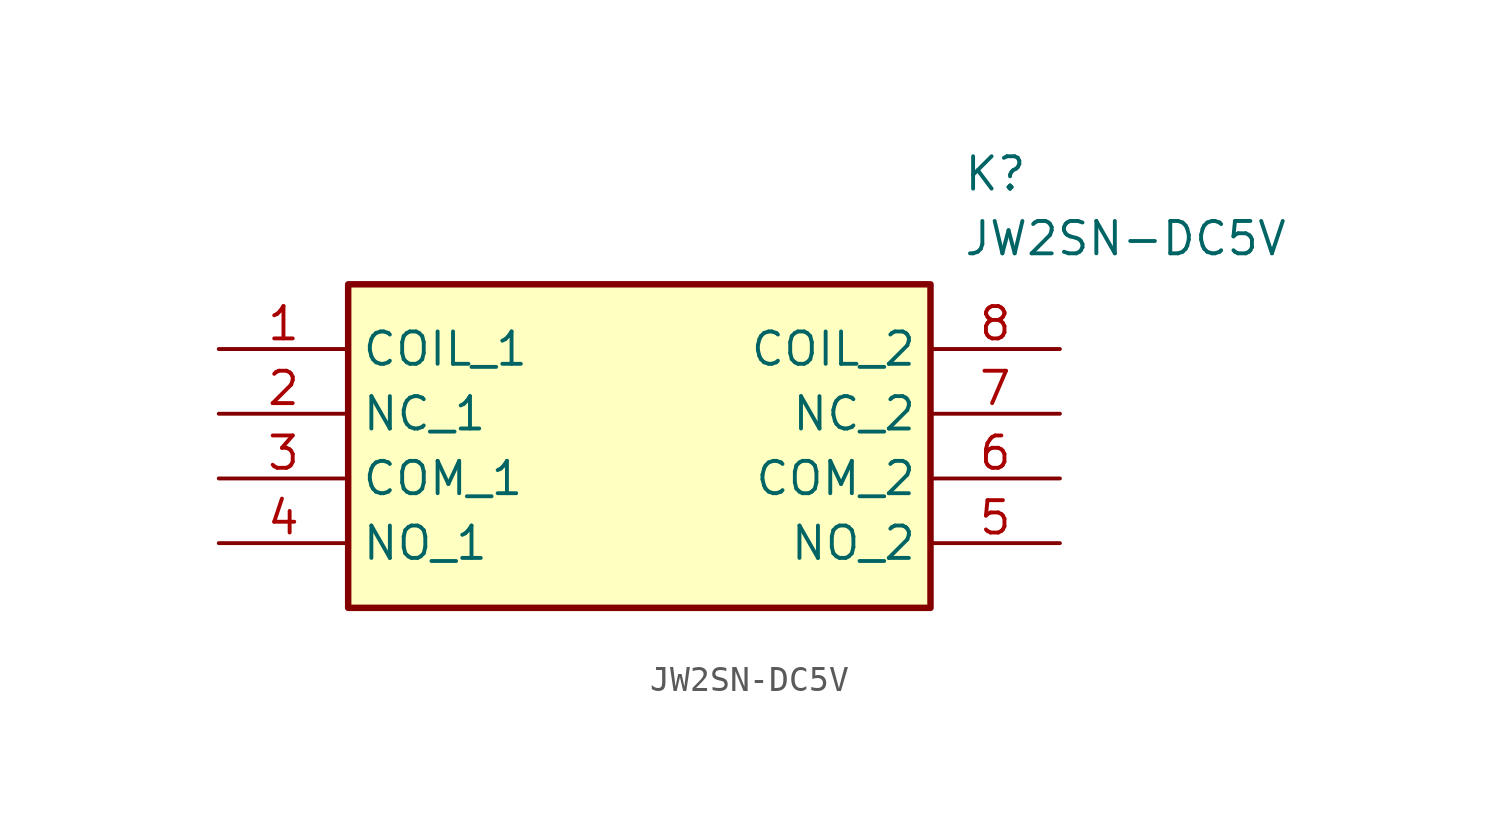
<source format=kicad_sym>
(kicad_symbol_lib
  (version 20211014)
  (generator SamacSys_ECAD_Model)
  (symbol "JW2SN-DC5V"
    (property "Reference" "K"
      (at 29.21 7.62 0)
      (effects (font (size 1.27 1.27)) (justify left top)))
    (property "Value" "JW2SN-DC5V"
      (at 29.21 5.08 0)
      (effects (font (size 1.27 1.27)) (justify left top)))
    (rectangle
      (start 5.08 2.54)
      (end 27.94 -10.16)
      (stroke (width 0.254) (type default))
      (fill (type background)))
    (pin passive line
      (at 0 0 0)
      (length 5.08)
      (name "COIL_1" (effects (font (size 1.27 1.27))))
      (number "1" (effects (font (size 1.27 1.27)))))
    (pin passive line
      (at 0 -2.54 0)
      (length 5.08)
      (name "NC_1" (effects (font (size 1.27 1.27))))
      (number "2" (effects (font (size 1.27 1.27)))))
    (pin passive line
      (at 0 -5.08 0)
      (length 5.08)
      (name "COM_1" (effects (font (size 1.27 1.27))))
      (number "3" (effects (font (size 1.27 1.27)))))
    (pin passive line
      (at 0 -7.62 0)
      (length 5.08)
      (name "NO_1" (effects (font (size 1.27 1.27))))
      (number "4" (effects (font (size 1.27 1.27)))))
    (pin passive line
      (at 33.02 -7.62 180)
      (length 5.08)
      (name "NO_2" (effects (font (size 1.27 1.27))))
      (number "5" (effects (font (size 1.27 1.27)))))
    (pin passive line
      (at 33.02 -5.08 180)
      (length 5.08)
      (name "COM_2" (effects (font (size 1.27 1.27))))
      (number "6" (effects (font (size 1.27 1.27)))))
    (pin passive line
      (at 33.02 -2.54 180)
      (length 5.08)
      (name "NC_2" (effects (font (size 1.27 1.27))))
      (number "7" (effects (font (size 1.27 1.27)))))
    (pin passive line
      (at 33.02 0 180)
      (length 5.08)
      (name "COIL_2" (effects (font (size 1.27 1.27))))
      (number "8" (effects (font (size 1.27 1.27)))))))
</source>
